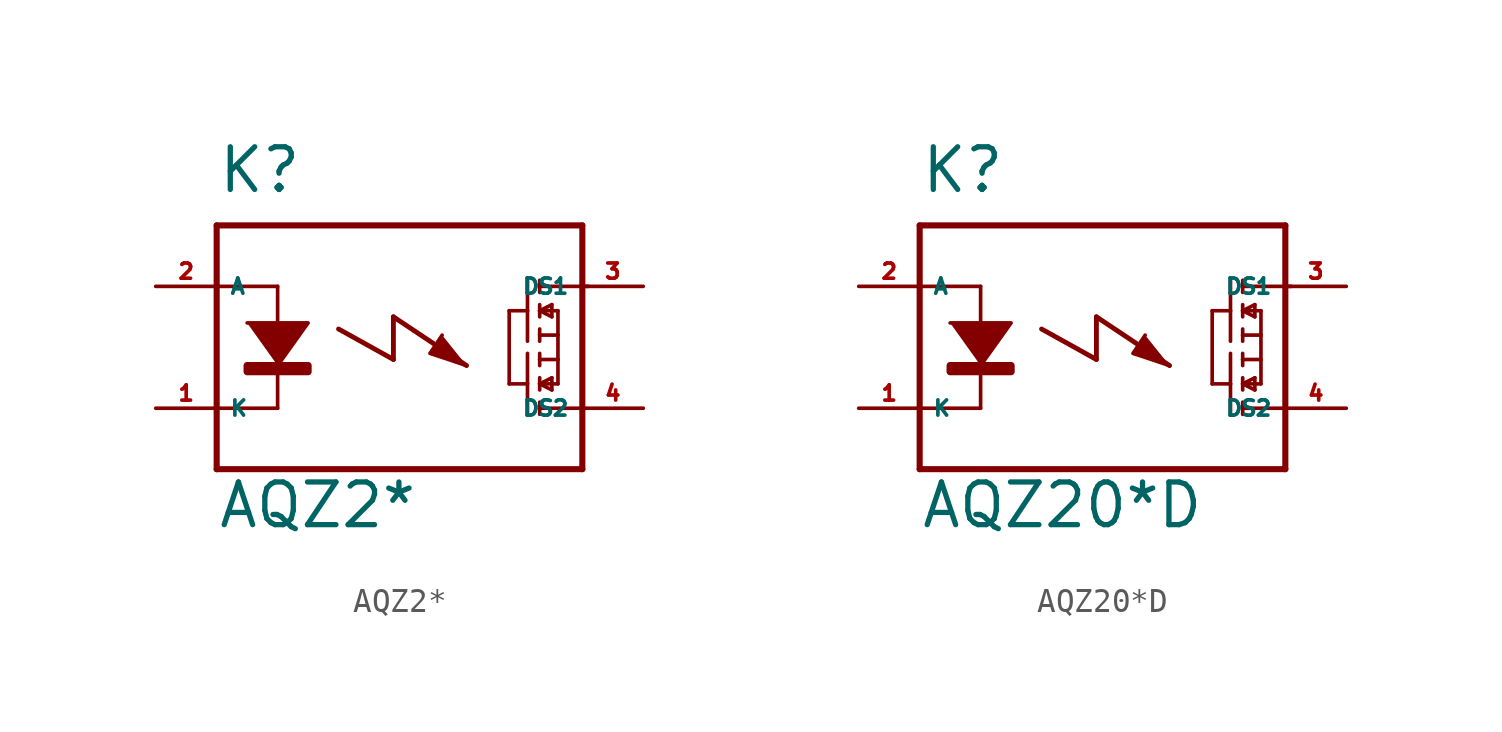
<source format=kicad_sym>
(kicad_symbol_lib
  (version 20220914)
  (generator Eagle2Kicad)
  (symbol "AQZ2*"
    (property "Reference" "K"
      (at -7.62 6.35 0)
      (effects (font (size 1.778 1.778) (thickness 0.22)) (justify left bottom)))
    (property "Value" "AQZ2*"
      (at -7.62 -7.62 0)
      (effects (font (size 1.778 1.778) (thickness 0.22)) (justify left bottom)))
    (polyline
      (pts (xy -6.35 1.016) (xy -3.81 1.016) (xy -5.08 -0.762))
      (stroke (width 0.152) (type default))
      (fill (type outline)))
    (polyline
      (pts (xy 1.778 0.508) (xy 1.27 -0.254) (xy 2.794 -0.762))
      (stroke (width 0.152) (type default))
      (fill (type outline)))
    (polyline
      (pts (xy -5.08 2.54) (xy -5.08 -2.54))
      (stroke (width 0.152) (type default))
      (fill (type none)))
    (polyline
      (pts (xy 5.842 2.794) (xy 5.842 2.286))
      (stroke (width 0.152) (type default))
      (fill (type none)))
    (polyline
      (pts (xy 5.842 1.778) (xy 5.842 1.524))
      (stroke (width 0.152) (type default))
      (fill (type none)))
    (polyline
      (pts (xy 5.842 1.524) (xy 5.842 1.27))
      (stroke (width 0.152) (type default))
      (fill (type none)))
    (polyline
      (pts (xy 5.842 0.762) (xy 5.842 0.508))
      (stroke (width 0.152) (type default))
      (fill (type none)))
    (polyline
      (pts (xy 5.842 0.508) (xy 5.842 0.254))
      (stroke (width 0.152) (type default))
      (fill (type none)))
    (polyline
      (pts (xy 5.842 1.524) (xy 6.604 1.524))
      (stroke (width 0.152) (type default))
      (fill (type none)))
    (polyline
      (pts (xy 6.35 1.778) (xy 5.842 1.524))
      (stroke (width 0.152) (type default))
      (fill (type none)))
    (polyline
      (pts (xy 5.842 1.524) (xy 6.35 1.27))
      (stroke (width 0.152) (type default))
      (fill (type none)))
    (polyline
      (pts (xy 6.35 1.27) (xy 6.35 1.778))
      (stroke (width 0.152) (type default))
      (fill (type none)))
    (polyline
      (pts (xy 5.842 0.508) (xy 6.604 0.508))
      (stroke (width 0.152) (type default))
      (fill (type none)))
    (polyline
      (pts (xy 6.604 0.508) (xy 6.604 1.524))
      (stroke (width 0.152) (type default))
      (fill (type none)))
    (polyline
      (pts (xy 5.334 2.794) (xy 5.334 1.524))
      (stroke (width 0.152) (type default))
      (fill (type none)))
    (polyline
      (pts (xy 5.334 1.524) (xy 5.334 0.254))
      (stroke (width 0.152) (type default))
      (fill (type none)))
    (polyline
      (pts (xy 5.334 1.524) (xy 4.572 1.524))
      (stroke (width 0.152) (type default))
      (fill (type none)))
    (polyline
      (pts (xy 5.842 -2.794) (xy 5.842 -2.286))
      (stroke (width 0.152) (type default))
      (fill (type none)))
    (polyline
      (pts (xy 5.842 -1.778) (xy 5.842 -1.524))
      (stroke (width 0.152) (type default))
      (fill (type none)))
    (polyline
      (pts (xy 5.842 -1.524) (xy 5.842 -1.27))
      (stroke (width 0.152) (type default))
      (fill (type none)))
    (polyline
      (pts (xy 5.842 -0.762) (xy 5.842 -0.508))
      (stroke (width 0.152) (type default))
      (fill (type none)))
    (polyline
      (pts (xy 5.842 -0.508) (xy 5.842 -0.254))
      (stroke (width 0.152) (type default))
      (fill (type none)))
    (polyline
      (pts (xy 5.842 -1.524) (xy 6.604 -1.524))
      (stroke (width 0.152) (type default))
      (fill (type none)))
    (polyline
      (pts (xy 6.35 -1.778) (xy 5.842 -1.524))
      (stroke (width 0.152) (type default))
      (fill (type none)))
    (polyline
      (pts (xy 5.842 -1.524) (xy 6.35 -1.27))
      (stroke (width 0.152) (type default))
      (fill (type none)))
    (polyline
      (pts (xy 6.35 -1.27) (xy 6.35 -1.778))
      (stroke (width 0.152) (type default))
      (fill (type none)))
    (polyline
      (pts (xy 5.842 -0.508) (xy 6.604 -0.508))
      (stroke (width 0.152) (type default))
      (fill (type none)))
    (polyline
      (pts (xy 6.604 -0.508) (xy 6.604 -1.524))
      (stroke (width 0.152) (type default))
      (fill (type none)))
    (polyline
      (pts (xy 6.604 0.508) (xy 6.604 -0.508))
      (stroke (width 0.152) (type default))
      (fill (type none)))
    (polyline
      (pts (xy 5.334 -2.794) (xy 5.334 -1.524))
      (stroke (width 0.152) (type default))
      (fill (type none)))
    (polyline
      (pts (xy 5.334 -1.524) (xy 5.334 -0.254))
      (stroke (width 0.152) (type default))
      (fill (type none)))
    (polyline
      (pts (xy 5.334 -1.524) (xy 4.572 -1.524))
      (stroke (width 0.152) (type default))
      (fill (type none)))
    (polyline
      (pts (xy 4.572 1.524) (xy 4.572 -1.524))
      (stroke (width 0.152) (type default))
      (fill (type none)))
    (polyline
      (pts (xy -7.62 5.08) (xy -7.62 2.54))
      (stroke (width 0.254) (type default))
      (fill (type none)))
    (polyline
      (pts (xy -7.62 2.54) (xy -7.62 -2.54))
      (stroke (width 0.254) (type default))
      (fill (type none)))
    (polyline
      (pts (xy -7.62 -2.54) (xy -7.62 -5.08))
      (stroke (width 0.254) (type default))
      (fill (type none)))
    (polyline
      (pts (xy -7.62 -5.08) (xy 7.62 -5.08))
      (stroke (width 0.254) (type default))
      (fill (type none)))
    (polyline
      (pts (xy 5.842 2.54) (xy 7.874 2.54))
      (stroke (width 0.152) (type default))
      (fill (type none)))
    (polyline
      (pts (xy 5.842 -2.54) (xy 7.62 -2.54))
      (stroke (width 0.152) (type default))
      (fill (type none)))
    (polyline
      (pts (xy 7.62 -5.08) (xy 7.62 5.08))
      (stroke (width 0.254) (type default))
      (fill (type none)))
    (polyline
      (pts (xy 7.62 5.08) (xy -7.62 5.08))
      (stroke (width 0.254) (type default))
      (fill (type none)))
    (polyline
      (pts (xy -5.08 2.54) (xy -7.62 2.54))
      (stroke (width 0.152) (type default))
      (fill (type none)))
    (polyline
      (pts (xy -5.08 -2.54) (xy -7.62 -2.54))
      (stroke (width 0.152) (type default))
      (fill (type none)))
    (polyline
      (pts (xy -2.54 0.762) (xy -0.254 -0.508))
      (stroke (width 0.203) (type default))
      (fill (type none)))
    (polyline
      (pts (xy -0.254 -0.508) (xy -0.254 1.27))
      (stroke (width 0.203) (type default))
      (fill (type none)))
    (polyline
      (pts (xy -0.254 1.27) (xy 2.794 -0.762))
      (stroke (width 0.203) (type default))
      (fill (type none)))
    (rectangle
      (start -6.35 -1.016)
      (end -3.81 -0.762)
      (stroke (width 0.3) (type default))
      (fill (type outline)))
    (pin passive line
      (at -10.16 2.54 0)
      (length 2.54)
      (name "A" (effects (font (size 0.635 0.635) (thickness 0.08)) (justify left bottom)))
      (number "2" (effects (font (size 0.635 0.635) (thickness 0.08)) (justify left bottom))))
    (pin passive line
      (at -10.16 -2.54 0)
      (length 2.54)
      (name "K" (effects (font (size 0.635 0.635) (thickness 0.08)) (justify left bottom)))
      (number "1" (effects (font (size 0.635 0.635) (thickness 0.08)) (justify left bottom))))
    (pin passive line
      (at 10.16 2.54 180)
      (length 2.54)
      (name "DS1" (effects (font (size 0.635 0.635) (thickness 0.08)) (justify left bottom)))
      (number "3" (effects (font (size 0.635 0.635) (thickness 0.08)) (justify left bottom))))
    (pin passive line
      (at 10.16 -2.54 180)
      (length 2.54)
      (name "DS2" (effects (font (size 0.635 0.635) (thickness 0.08)) (justify left bottom)))
      (number "4" (effects (font (size 0.635 0.635) (thickness 0.08)) (justify left bottom)))))
  (symbol "AQZ20*D"
    (property "Reference" "K"
      (at -7.62 6.35 0)
      (effects (font (size 1.778 1.778) (thickness 0.22)) (justify left bottom)))
    (property "Value" "AQZ20*D"
      (at -7.62 -7.62 0)
      (effects (font (size 1.778 1.778) (thickness 0.22)) (justify left bottom)))
    (polyline
      (pts (xy -6.35 1.016) (xy -3.81 1.016) (xy -5.08 -0.762))
      (stroke (width 0.152) (type default))
      (fill (type outline)))
    (polyline
      (pts (xy 1.778 0.508) (xy 1.27 -0.254) (xy 2.794 -0.762))
      (stroke (width 0.152) (type default))
      (fill (type outline)))
    (polyline
      (pts (xy -5.08 2.54) (xy -5.08 -2.54))
      (stroke (width 0.152) (type default))
      (fill (type none)))
    (polyline
      (pts (xy 5.842 2.794) (xy 5.842 2.286))
      (stroke (width 0.152) (type default))
      (fill (type none)))
    (polyline
      (pts (xy 5.842 1.778) (xy 5.842 1.524))
      (stroke (width 0.152) (type default))
      (fill (type none)))
    (polyline
      (pts (xy 5.842 1.524) (xy 5.842 1.27))
      (stroke (width 0.152) (type default))
      (fill (type none)))
    (polyline
      (pts (xy 5.842 0.762) (xy 5.842 0.508))
      (stroke (width 0.152) (type default))
      (fill (type none)))
    (polyline
      (pts (xy 5.842 0.508) (xy 5.842 0.254))
      (stroke (width 0.152) (type default))
      (fill (type none)))
    (polyline
      (pts (xy 5.842 1.524) (xy 6.604 1.524))
      (stroke (width 0.152) (type default))
      (fill (type none)))
    (polyline
      (pts (xy 6.35 1.778) (xy 5.842 1.524))
      (stroke (width 0.152) (type default))
      (fill (type none)))
    (polyline
      (pts (xy 5.842 1.524) (xy 6.35 1.27))
      (stroke (width 0.152) (type default))
      (fill (type none)))
    (polyline
      (pts (xy 6.35 1.27) (xy 6.35 1.778))
      (stroke (width 0.152) (type default))
      (fill (type none)))
    (polyline
      (pts (xy 5.842 0.508) (xy 6.604 0.508))
      (stroke (width 0.152) (type default))
      (fill (type none)))
    (polyline
      (pts (xy 6.604 0.508) (xy 6.604 1.524))
      (stroke (width 0.152) (type default))
      (fill (type none)))
    (polyline
      (pts (xy 5.334 2.794) (xy 5.334 1.524))
      (stroke (width 0.152) (type default))
      (fill (type none)))
    (polyline
      (pts (xy 5.334 1.524) (xy 5.334 0.254))
      (stroke (width 0.152) (type default))
      (fill (type none)))
    (polyline
      (pts (xy 5.334 1.524) (xy 4.572 1.524))
      (stroke (width 0.152) (type default))
      (fill (type none)))
    (polyline
      (pts (xy 5.842 -2.794) (xy 5.842 -2.286))
      (stroke (width 0.152) (type default))
      (fill (type none)))
    (polyline
      (pts (xy 5.842 -1.778) (xy 5.842 -1.524))
      (stroke (width 0.152) (type default))
      (fill (type none)))
    (polyline
      (pts (xy 5.842 -1.524) (xy 5.842 -1.27))
      (stroke (width 0.152) (type default))
      (fill (type none)))
    (polyline
      (pts (xy 5.842 -0.762) (xy 5.842 -0.508))
      (stroke (width 0.152) (type default))
      (fill (type none)))
    (polyline
      (pts (xy 5.842 -0.508) (xy 5.842 -0.254))
      (stroke (width 0.152) (type default))
      (fill (type none)))
    (polyline
      (pts (xy 5.842 -1.524) (xy 6.604 -1.524))
      (stroke (width 0.152) (type default))
      (fill (type none)))
    (polyline
      (pts (xy 6.35 -1.778) (xy 5.842 -1.524))
      (stroke (width 0.152) (type default))
      (fill (type none)))
    (polyline
      (pts (xy 5.842 -1.524) (xy 6.35 -1.27))
      (stroke (width 0.152) (type default))
      (fill (type none)))
    (polyline
      (pts (xy 6.35 -1.27) (xy 6.35 -1.778))
      (stroke (width 0.152) (type default))
      (fill (type none)))
    (polyline
      (pts (xy 5.842 -0.508) (xy 6.604 -0.508))
      (stroke (width 0.152) (type default))
      (fill (type none)))
    (polyline
      (pts (xy 6.604 -0.508) (xy 6.604 -1.524))
      (stroke (width 0.152) (type default))
      (fill (type none)))
    (polyline
      (pts (xy 6.604 0.508) (xy 6.604 -0.508))
      (stroke (width 0.152) (type default))
      (fill (type none)))
    (polyline
      (pts (xy 5.334 -2.794) (xy 5.334 -1.524))
      (stroke (width 0.152) (type default))
      (fill (type none)))
    (polyline
      (pts (xy 5.334 -1.524) (xy 5.334 -0.254))
      (stroke (width 0.152) (type default))
      (fill (type none)))
    (polyline
      (pts (xy 5.334 -1.524) (xy 4.572 -1.524))
      (stroke (width 0.152) (type default))
      (fill (type none)))
    (polyline
      (pts (xy 4.572 1.524) (xy 4.572 -1.524))
      (stroke (width 0.152) (type default))
      (fill (type none)))
    (polyline
      (pts (xy -7.62 5.08) (xy -7.62 2.54))
      (stroke (width 0.254) (type default))
      (fill (type none)))
    (polyline
      (pts (xy -7.62 2.54) (xy -7.62 -2.54))
      (stroke (width 0.254) (type default))
      (fill (type none)))
    (polyline
      (pts (xy -7.62 -2.54) (xy -7.62 -5.08))
      (stroke (width 0.254) (type default))
      (fill (type none)))
    (polyline
      (pts (xy -7.62 -5.08) (xy 7.62 -5.08))
      (stroke (width 0.254) (type default))
      (fill (type none)))
    (polyline
      (pts (xy 5.842 2.54) (xy 7.874 2.54))
      (stroke (width 0.152) (type default))
      (fill (type none)))
    (polyline
      (pts (xy 5.842 -2.54) (xy 7.62 -2.54))
      (stroke (width 0.152) (type default))
      (fill (type none)))
    (polyline
      (pts (xy 7.62 -5.08) (xy 7.62 5.08))
      (stroke (width 0.254) (type default))
      (fill (type none)))
    (polyline
      (pts (xy 7.62 5.08) (xy -7.62 5.08))
      (stroke (width 0.254) (type default))
      (fill (type none)))
    (polyline
      (pts (xy -5.08 2.54) (xy -7.62 2.54))
      (stroke (width 0.152) (type default))
      (fill (type none)))
    (polyline
      (pts (xy -5.08 -2.54) (xy -7.62 -2.54))
      (stroke (width 0.152) (type default))
      (fill (type none)))
    (polyline
      (pts (xy -2.54 0.762) (xy -0.254 -0.508))
      (stroke (width 0.203) (type default))
      (fill (type none)))
    (polyline
      (pts (xy -0.254 -0.508) (xy -0.254 1.27))
      (stroke (width 0.203) (type default))
      (fill (type none)))
    (polyline
      (pts (xy -0.254 1.27) (xy 2.794 -0.762))
      (stroke (width 0.203) (type default))
      (fill (type none)))
    (rectangle
      (start -6.35 -1.016)
      (end -3.81 -0.762)
      (stroke (width 0.3) (type default))
      (fill (type outline)))
    (pin passive line
      (at -10.16 2.54 0)
      (length 2.54)
      (name "A" (effects (font (size 0.635 0.635) (thickness 0.08)) (justify left bottom)))
      (number "2" (effects (font (size 0.635 0.635) (thickness 0.08)) (justify left bottom))))
    (pin passive line
      (at -10.16 -2.54 0)
      (length 2.54)
      (name "K" (effects (font (size 0.635 0.635) (thickness 0.08)) (justify left bottom)))
      (number "1" (effects (font (size 0.635 0.635) (thickness 0.08)) (justify left bottom))))
    (pin passive line
      (at 10.16 2.54 180)
      (length 2.54)
      (name "DS1" (effects (font (size 0.635 0.635) (thickness 0.08)) (justify left bottom)))
      (number "3" (effects (font (size 0.635 0.635) (thickness 0.08)) (justify left bottom))))
    (pin passive line
      (at 10.16 -2.54 180)
      (length 2.54)
      (name "DS2" (effects (font (size 0.635 0.635) (thickness 0.08)) (justify left bottom)))
      (number "4" (effects (font (size 0.635 0.635) (thickness 0.08)) (justify left bottom))))))
</source>
